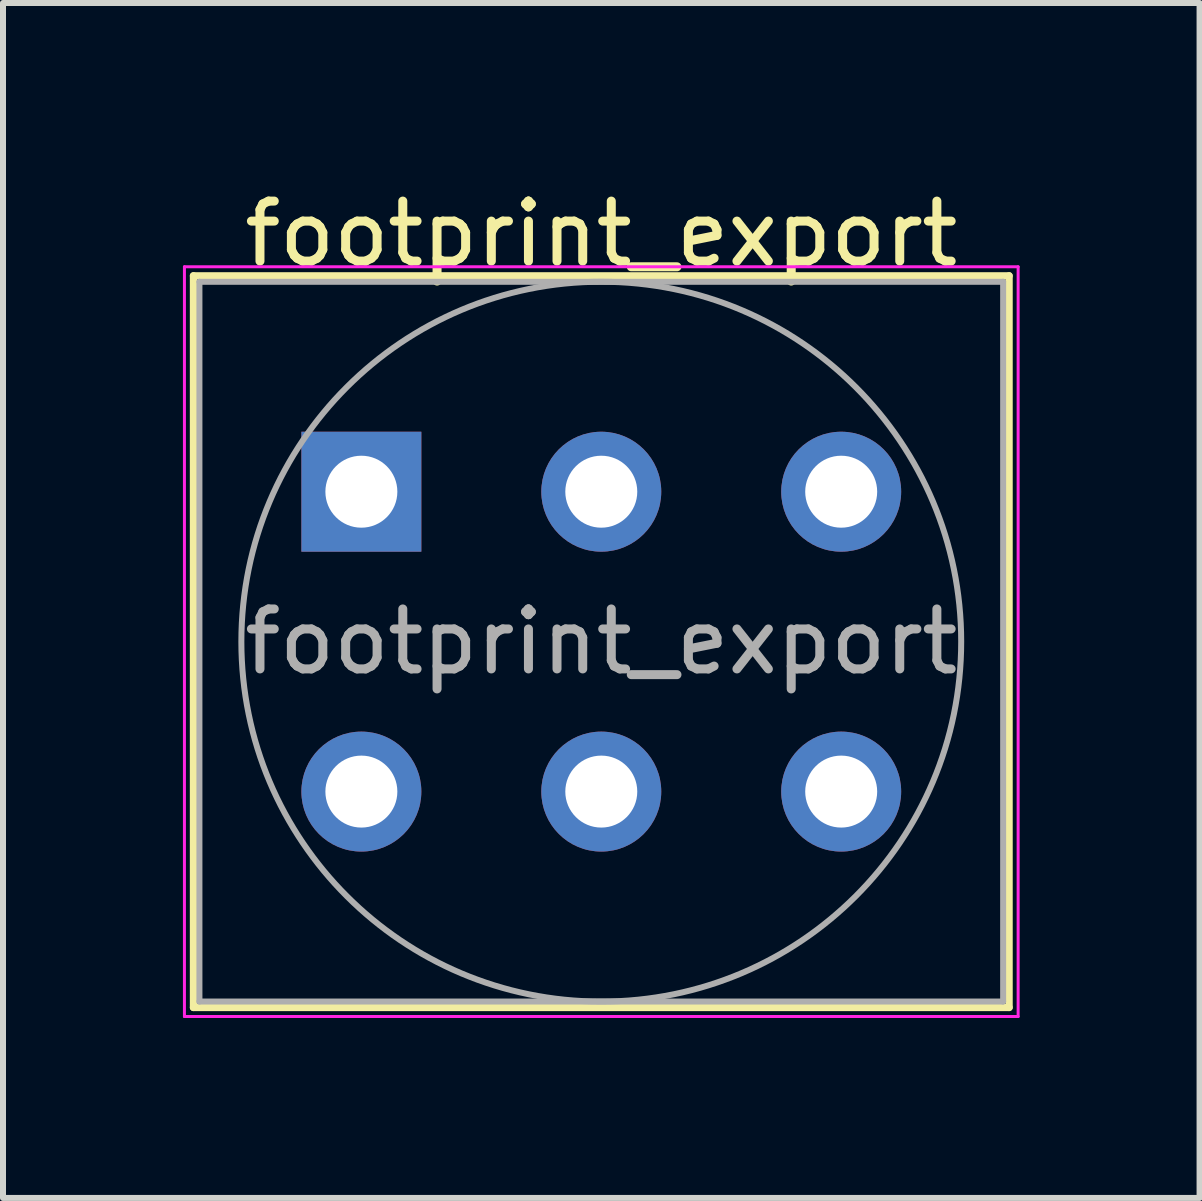
<source format=kicad_pcb>
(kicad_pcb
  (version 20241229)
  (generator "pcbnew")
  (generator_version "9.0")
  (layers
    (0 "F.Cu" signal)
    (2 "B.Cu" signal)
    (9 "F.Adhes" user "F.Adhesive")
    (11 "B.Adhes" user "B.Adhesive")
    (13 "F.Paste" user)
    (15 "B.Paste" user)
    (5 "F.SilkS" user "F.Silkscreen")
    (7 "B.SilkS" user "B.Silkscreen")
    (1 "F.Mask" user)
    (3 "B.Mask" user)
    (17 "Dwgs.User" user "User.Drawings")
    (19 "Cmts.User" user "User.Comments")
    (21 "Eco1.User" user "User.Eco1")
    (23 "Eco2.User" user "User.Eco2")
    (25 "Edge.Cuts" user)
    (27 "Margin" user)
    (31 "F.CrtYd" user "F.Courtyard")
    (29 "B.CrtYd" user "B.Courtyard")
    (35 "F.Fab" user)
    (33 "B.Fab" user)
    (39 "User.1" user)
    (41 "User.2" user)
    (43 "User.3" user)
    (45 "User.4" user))
  (footprint "footprint_export"
    (layer "F.Cu")
    (at 2.975 5.148)
    (property "Reference" "footprint_export" (at 4 -4.3 0) (layer "F.SilkS") (effects (font (size 1 1) (thickness 0.15))))
    (attr through_hole)
    (fp_line (start -2.8 -3.6) (end -2.8 8.6) (stroke (width 0.12) (type solid)) (layer "F.SilkS"))
    (fp_line (start -2.8 -3.6) (end 10.8 -3.6) (stroke (width 0.12) (type solid)) (layer "F.SilkS"))
    (fp_line (start 10.8 8.6) (end -2.8 8.6) (stroke (width 0.12) (type solid)) (layer "F.SilkS"))
    (fp_line (start 10.8 8.6) (end 10.8 -3.6) (stroke (width 0.12) (type solid)) (layer "F.SilkS"))
    (fp_line (start -2.95 -3.75) (end 10.95 -3.75) (stroke (width 0.05) (type solid)) (layer "F.CrtYd"))
    (fp_line (start -2.95 8.75) (end -2.95 -3.75) (stroke (width 0.05) (type solid)) (layer "F.CrtYd"))
    (fp_line (start 10.95 -3.75) (end 10.95 8.75) (stroke (width 0.05) (type solid)) (layer "F.CrtYd"))
    (fp_line (start 10.95 8.75) (end -2.95 8.75) (stroke (width 0.05) (type solid)) (layer "F.CrtYd"))
    (fp_line (start -2.7 -3.5) (end 10.7 -3.5) (stroke (width 0.1) (type solid)) (layer "F.Fab"))
    (fp_line (start -2.7 8.5) (end -2.7 -3.5) (stroke (width 0.1) (type solid)) (layer "F.Fab"))
    (fp_line (start 10.7 -3.5) (end 10.7 8.5) (stroke (width 0.1) (type solid)) (layer "F.Fab"))
    (fp_line (start 10.7 8.5) (end -2.7 8.5) (stroke (width 0.1) (type solid)) (layer "F.Fab"))
    (fp_circle (center 4 2.5) (end 10 2.6) (stroke (width 0.1) (type solid)) (fill no) (layer "F.Fab"))
    (fp_text user "${REFERENCE}" (at 4 2.5 0) (layer "F.Fab") (effects (font (size 1 1) (thickness 0.15))))
    (pad "1" thru_hole rect (at 0 0) (size 2 2) (drill 1.2) (layers "*.Cu" "*.Mask"))
    (pad "2" thru_hole circle (at 4 0) (size 2 2) (drill 1.2) (layers "*.Cu" "*.Mask"))
    (pad "3" thru_hole circle (at 8 0) (size 2 2) (drill 1.2) (layers "*.Cu" "*.Mask"))
    (pad "4" thru_hole circle (at 0 5) (size 2 2) (drill 1.2) (layers "*.Cu" "*.Mask"))
    (pad "5" thru_hole circle (at 4 5) (size 2 2) (drill 1.2) (layers "*.Cu" "*.Mask"))
    (pad "6" thru_hole circle (at 8 5) (size 2 2) (drill 1.2) (layers "*.Cu" "*.Mask")))
  (gr_rect
    (start -3 -3)
    (end 16.95 16.923)
    (stroke (width 0.1) (type default))
    (fill no)
    (layer "Edge.Cuts")))
</source>
